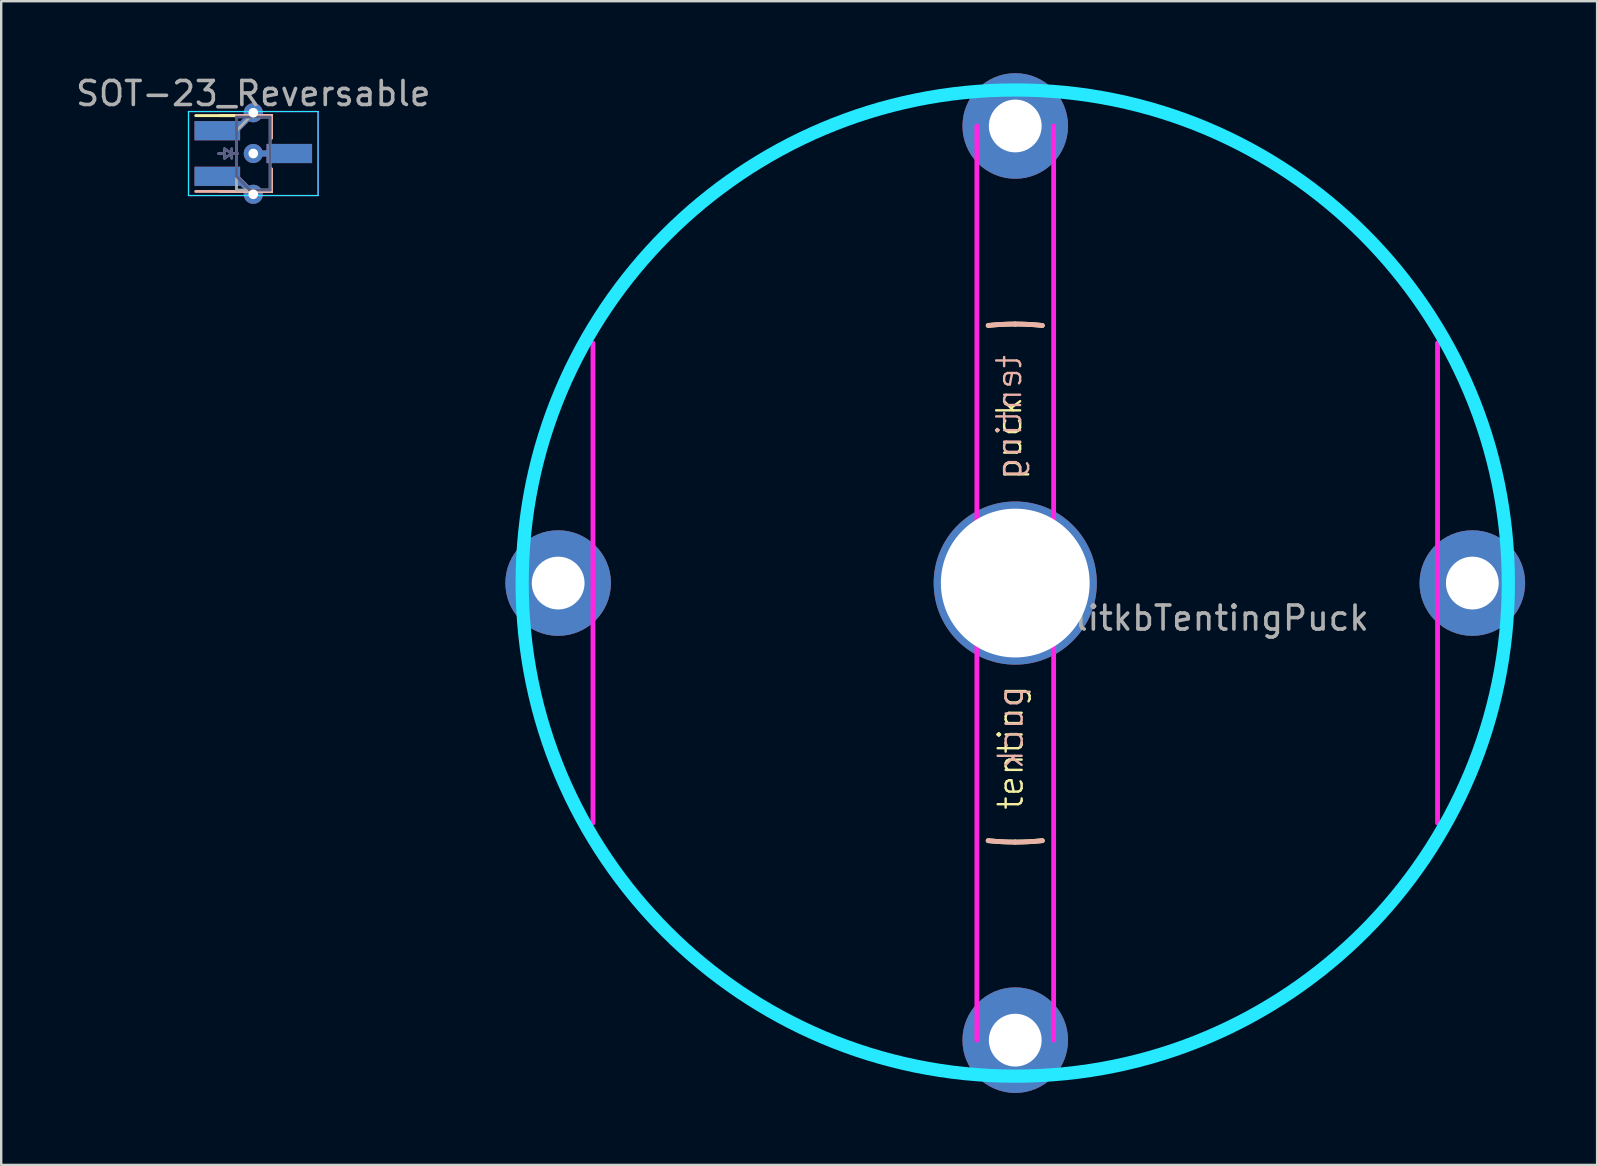
<source format=kicad_pcb>
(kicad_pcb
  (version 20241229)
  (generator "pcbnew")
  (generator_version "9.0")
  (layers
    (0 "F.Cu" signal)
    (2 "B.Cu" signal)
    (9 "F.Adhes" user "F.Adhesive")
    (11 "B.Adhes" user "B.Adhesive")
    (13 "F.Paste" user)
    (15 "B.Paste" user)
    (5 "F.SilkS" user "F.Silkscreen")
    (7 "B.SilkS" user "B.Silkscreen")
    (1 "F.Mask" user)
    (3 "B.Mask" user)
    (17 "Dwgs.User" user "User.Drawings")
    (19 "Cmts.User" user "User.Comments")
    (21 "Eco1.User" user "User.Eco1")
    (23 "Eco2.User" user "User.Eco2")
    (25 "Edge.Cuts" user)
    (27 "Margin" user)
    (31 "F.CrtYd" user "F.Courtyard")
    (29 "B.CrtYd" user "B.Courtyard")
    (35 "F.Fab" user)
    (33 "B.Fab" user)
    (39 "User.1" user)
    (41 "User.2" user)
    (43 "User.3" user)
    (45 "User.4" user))
  (footprint "SplitkbTentingPuck"
    (layer "F.Cu")
    (at 39.262 21.25)
    (property "Reference" "SplitkbTentingPuck" (at 7.684 1.46 0) (layer "F.Fab") (effects (font (size 1 1) (thickness 0.15))))
    (attr through_hole exclude_from_pos_files exclude_from_bom)
    (fp_arc (start -20.32 -2.8575) (mid -19.91151 -4.959786) (end -19.286134 -7.008048) (stroke (width 0.2) (type solid)) (layer "F.SilkS"))
    (fp_arc (start -19.286134 7.008047) (mid -19.91151 4.959786) (end -20.32 2.8575) (stroke (width 0.2) (type solid)) (layer "F.SilkS"))
    (fp_arc (start -7.008048 -19.286134) (mid -4.959786 -19.91151) (end -2.8575 -20.32) (stroke (width 0.2) (type solid)) (layer "F.SilkS"))
    (fp_arc (start -2.8575 20.32) (mid -4.959785 19.91151) (end -7.008046 19.286135) (stroke (width 0.2) (type solid)) (layer "F.SilkS"))
    (fp_arc (start -1.128385 -10.735864) (mid -0.564967 -10.780206) (end 0 -10.795) (stroke (width 0.2) (type solid)) (layer "F.SilkS"))
    (fp_arc (start 0 -10.795) (mid 0.564967 -10.780206) (end 1.128385 -10.735864) (stroke (width 0.2) (type solid)) (layer "F.SilkS"))
    (fp_arc (start 0 10.795) (mid -0.564967 10.780206) (end -1.128385 10.735864) (stroke (width 0.2) (type solid)) (layer "F.SilkS"))
    (fp_arc (start 1.128385 10.735864) (mid 0.564967 10.780206) (end 0 10.795) (stroke (width 0.2) (type solid)) (layer "F.SilkS"))
    (fp_arc (start 2.8575 -20.32) (mid 4.959786 -19.91151) (end 7.008047 -19.286134) (stroke (width 0.2) (type solid)) (layer "F.SilkS"))
    (fp_arc (start 7.008047 19.286134) (mid 4.959786 19.91151) (end 2.8575 20.32) (stroke (width 0.2) (type solid)) (layer "F.SilkS"))
    (fp_arc (start 19.286135 -7.008045) (mid 19.91151 -4.959785) (end 20.32 -2.8575) (stroke (width 0.2) (type solid)) (layer "F.SilkS"))
    (fp_arc (start 20.32 2.8575) (mid 19.91151 4.959785) (end 19.286135 7.008046) (stroke (width 0.2) (type solid)) (layer "F.SilkS"))
    (fp_arc (start -20.32 -2.8575) (mid -19.91151 -4.959784) (end -19.286136 -7.008044) (stroke (width 0.2) (type solid)) (layer "B.SilkS"))
    (fp_arc (start -19.286135 7.008046) (mid -19.91151 4.959785) (end -20.32 2.8575) (stroke (width 0.2) (type solid)) (layer "B.SilkS"))
    (fp_arc (start -7.008046 -19.286135) (mid -4.959785 -19.91151) (end -2.8575 -20.32) (stroke (width 0.2) (type solid)) (layer "B.SilkS"))
    (fp_arc (start -2.8575 20.32) (mid -4.959785 19.91151) (end -7.008045 19.286135) (stroke (width 0.2) (type solid)) (layer "B.SilkS"))
    (fp_arc (start -1.128385 -10.735864) (mid -0.564967 -10.780206) (end 0 -10.795) (stroke (width 0.2) (type solid)) (layer "B.SilkS"))
    (fp_arc (start 0 -10.795) (mid 0.564967 -10.780206) (end 1.128385 -10.735864) (stroke (width 0.2) (type solid)) (layer "B.SilkS"))
    (fp_arc (start 0 10.795) (mid -0.564967 10.780206) (end -1.128385 10.735864) (stroke (width 0.2) (type solid)) (layer "B.SilkS"))
    (fp_arc (start 1.128385 10.735864) (mid 0.564967 10.780206) (end 0 10.795) (stroke (width 0.2) (type solid)) (layer "B.SilkS"))
    (fp_arc (start 2.8575 -20.32) (mid 4.959787 -19.91151) (end 7.008049 -19.286134) (stroke (width 0.2) (type solid)) (layer "B.SilkS"))
    (fp_arc (start 7.008045 19.286135) (mid 4.959785 19.91151) (end 2.8575 20.32) (stroke (width 0.2) (type solid)) (layer "B.SilkS"))
    (fp_arc (start 19.286134 -7.008048) (mid 19.91151 -4.959786) (end 20.32 -2.8575) (stroke (width 0.2) (type solid)) (layer "B.SilkS"))
    (fp_arc (start 20.32 2.8575) (mid 19.91151 4.959786) (end 19.286134 7.008048) (stroke (width 0.2) (type solid)) (layer "B.SilkS"))
    (fp_circle (center 0 0) (end 20.55 0) (stroke (width 0.55) (type solid)) (fill no) (layer "B.CrtYd"))
    (fp_line (start -17.6 10) (end -17.6 -10) (stroke (width 0.2) (type solid)) (layer "F.CrtYd"))
    (fp_line (start -1.6 19.05) (end -1.6 -19.05) (stroke (width 0.2) (type solid)) (layer "F.CrtYd"))
    (fp_line (start 1.6 19.05) (end 1.6 -19.05) (stroke (width 0.2) (type solid)) (layer "F.CrtYd"))
    (fp_line (start 17.6 10) (end 17.6 -10) (stroke (width 0.2) (type solid)) (layer "F.CrtYd"))
    (fp_text user "tenting" (at -0.191 6.858 90) (layer "F.SilkS") (effects (font (size 1 1) (thickness 0.1))))
    (fp_text user "puck" (at -0.254 -6.032 90) (layer "F.SilkS") (effects (font (size 1 1) (thickness 0.1))))
    (fp_text user "puck" (at -0.191 6.032 90) (unlocked yes) (layer "B.SilkS") (effects (font (size 1 1) (thickness 0.1)) (justify mirror)))
    (fp_text user "tenting" (at -0.254 -6.921 90) (layer "B.SilkS") (effects (font (size 1 1) (thickness 0.1)) (justify mirror)))
    (pad "" thru_hole circle (at 0 0) (size 6.8 6.8) (drill 6.2) (layers "*.Cu" "*.Mask"))
    (pad "1" thru_hole circle (at -19.05 0) (size 4.4 4.4) (drill 2.2) (layers "*.Cu" "*.Mask"))
    (pad "1" thru_hole circle (at 0 -19.05) (size 4.4 4.4) (drill 2.2) (layers "*.Cu" "*.Mask"))
    (pad "1" thru_hole circle (at 0 19.05) (size 4.4 4.4) (drill 2.2) (layers "*.Cu" "*.Mask"))
    (pad "1" thru_hole circle (at 19.05 0) (size 4.4 4.4) (drill 2.2) (layers "*.Cu" "*.Mask")))
  (footprint "SOT-23_Reversable"
    (layer "F.Cu")
    (at 7.506 3.348)
    (property "Reference" "SOT-23_Reversable" (at 0 -2.5 0) (layer "F.Fab") (effects (font (size 1 1) (thickness 0.15))))
    (attr smd)
    (fp_line (start 0.76 -1.58) (end -2.4 -1.58) (stroke (width 0.12) (type solid)) (layer "F.SilkS"))
    (fp_line (start 0.76 -1.58) (end -1.4 -1.58) (stroke (width 0.12) (type solid)) (layer "F.SilkS"))
    (fp_line (start 0.76 -1.58) (end 0.76 -0.65) (stroke (width 0.12) (type solid)) (layer "F.SilkS"))
    (fp_line (start 0.76 -1.58) (end 0.76 -0.65) (stroke (width 0.12) (type solid)) (layer "F.SilkS"))
    (fp_line (start 0.76 1.58) (end -0.7 1.58) (stroke (width 0.12) (type solid)) (layer "F.SilkS"))
    (fp_line (start 0.76 1.58) (end -0.7 1.58) (stroke (width 0.12) (type solid)) (layer "F.SilkS"))
    (fp_line (start 0.76 1.58) (end 0.76 0.65) (stroke (width 0.12) (type solid)) (layer "F.SilkS"))
    (fp_line (start 0.76 1.58) (end 0.76 0.65) (stroke (width 0.12) (type solid)) (layer "F.SilkS"))
    (fp_line (start 0.76 -1.58) (end -0.7 -1.58) (stroke (width 0.12) (type solid)) (layer "B.SilkS"))
    (fp_line (start 0.76 -1.58) (end -0.7 -1.58) (stroke (width 0.12) (type solid)) (layer "B.SilkS"))
    (fp_line (start 0.76 -1.58) (end 0.76 -0.65) (stroke (width 0.12) (type solid)) (layer "B.SilkS"))
    (fp_line (start 0.76 -1.58) (end 0.76 -0.65) (stroke (width 0.12) (type solid)) (layer "B.SilkS"))
    (fp_line (start 0.76 1.58) (end -2.4 1.58) (stroke (width 0.12) (type solid)) (layer "B.SilkS"))
    (fp_line (start 0.76 1.58) (end -1.4 1.58) (stroke (width 0.12) (type solid)) (layer "B.SilkS"))
    (fp_line (start 0.76 1.58) (end 0.76 0.65) (stroke (width 0.12) (type solid)) (layer "B.SilkS"))
    (fp_line (start 0.76 1.58) (end 0.76 0.65) (stroke (width 0.12) (type solid)) (layer "B.SilkS"))
    (fp_line (start -2.7 -1.75) (end -2.7 1.75) (stroke (width 0.05) (type solid)) (layer "B.CrtYd"))
    (fp_line (start -2.7 1.75) (end 2.7 1.75) (stroke (width 0.05) (type solid)) (layer "B.CrtYd"))
    (fp_line (start 2.7 -1.75) (end -2.7 -1.75) (stroke (width 0.05) (type solid)) (layer "B.CrtYd"))
    (fp_line (start 2.7 1.75) (end 2.7 -1.75) (stroke (width 0.05) (type solid)) (layer "B.CrtYd"))
    (fp_line (start -2.7 -1.75) (end 2.7 -1.75) (stroke (width 0.05) (type solid)) (layer "F.CrtYd"))
    (fp_line (start -2.7 1.75) (end -2.7 -1.75) (stroke (width 0.05) (type solid)) (layer "F.CrtYd"))
    (fp_line (start 2.7 -1.75) (end 2.7 1.75) (stroke (width 0.05) (type solid)) (layer "F.CrtYd"))
    (fp_line (start 2.7 1.75) (end -2.7 1.75) (stroke (width 0.05) (type solid)) (layer "F.CrtYd"))
    (fp_line (start -1.2 -0.2) (end -0.9 0) (stroke (width 0.1) (type solid)) (layer "B.Fab"))
    (fp_line (start -1.2 0) (end -1.45 0) (stroke (width 0.1) (type solid)) (layer "B.Fab"))
    (fp_line (start -1.2 0.2) (end -1.2 -0.2) (stroke (width 0.1) (type solid)) (layer "B.Fab"))
    (fp_line (start -0.9 0) (end -1.2 0.2) (stroke (width 0.1) (type solid)) (layer "B.Fab"))
    (fp_line (start -0.9 0) (end -0.65 0) (stroke (width 0.1) (type solid)) (layer "B.Fab"))
    (fp_line (start -0.9 0.2) (end -0.9 -0.2) (stroke (width 0.1) (type solid)) (layer "B.Fab"))
    (fp_line (start -0.7 -1.52) (end 0.7 -1.52) (stroke (width 0.1) (type solid)) (layer "B.Fab"))
    (fp_line (start -0.7 -1.52) (end 0.7 -1.52) (stroke (width 0.1) (type solid)) (layer "B.Fab"))
    (fp_line (start -0.7 0.95) (end -0.7 -1.5) (stroke (width 0.1) (type solid)) (layer "B.Fab"))
    (fp_line (start -0.7 0.95) (end -0.7 -1.5) (stroke (width 0.1) (type solid)) (layer "B.Fab"))
    (fp_line (start -0.7 0.95) (end -0.15 1.52) (stroke (width 0.1) (type solid)) (layer "B.Fab"))
    (fp_line (start -0.7 0.95) (end -0.15 1.52) (stroke (width 0.1) (type solid)) (layer "B.Fab"))
    (fp_line (start -0.15 1.52) (end 0.7 1.52) (stroke (width 0.1) (type solid)) (layer "B.Fab"))
    (fp_line (start -0.15 1.52) (end 0.7 1.52) (stroke (width 0.1) (type solid)) (layer "B.Fab"))
    (fp_line (start 0.7 1.52) (end 0.7 -1.52) (stroke (width 0.1) (type solid)) (layer "B.Fab"))
    (fp_line (start 0.7 1.52) (end 0.7 -1.52) (stroke (width 0.1) (type solid)) (layer "B.Fab"))
    (fp_line (start -1.2 -0.2) (end -1.2 0.2) (stroke (width 0.1) (type solid)) (layer "F.Fab"))
    (fp_line (start -1.2 0) (end -1.45 0) (stroke (width 0.1) (type solid)) (layer "F.Fab"))
    (fp_line (start -1.2 0.2) (end -0.9 0) (stroke (width 0.1) (type solid)) (layer "F.Fab"))
    (fp_line (start -0.9 -0.2) (end -0.9 0.2) (stroke (width 0.1) (type solid)) (layer "F.Fab"))
    (fp_line (start -0.9 0) (end -1.2 -0.2) (stroke (width 0.1) (type solid)) (layer "F.Fab"))
    (fp_line (start -0.9 0) (end -0.65 0) (stroke (width 0.1) (type solid)) (layer "F.Fab"))
    (fp_line (start -0.7 -0.95) (end -0.7 1.5) (stroke (width 0.1) (type solid)) (layer "F.Fab"))
    (fp_line (start -0.7 -0.95) (end -0.7 1.5) (stroke (width 0.1) (type solid)) (layer "F.Fab"))
    (fp_line (start -0.7 -0.95) (end -0.15 -1.52) (stroke (width 0.1) (type solid)) (layer "F.Fab"))
    (fp_line (start -0.7 -0.95) (end -0.15 -1.52) (stroke (width 0.1) (type solid)) (layer "F.Fab"))
    (fp_line (start -0.7 1.52) (end 0.7 1.52) (stroke (width 0.1) (type solid)) (layer "F.Fab"))
    (fp_line (start -0.7 1.52) (end 0.7 1.52) (stroke (width 0.1) (type solid)) (layer "F.Fab"))
    (fp_line (start -0.15 -1.52) (end 0.7 -1.52) (stroke (width 0.1) (type solid)) (layer "F.Fab"))
    (fp_line (start -0.15 -1.52) (end 0.7 -1.52) (stroke (width 0.1) (type solid)) (layer "F.Fab"))
    (fp_line (start 0.7 -1.52) (end 0.7 1.52) (stroke (width 0.1) (type solid)) (layer "F.Fab"))
    (fp_line (start 0.7 -1.52) (end 0.7 1.52) (stroke (width 0.1) (type solid)) (layer "F.Fab"))
    (pad "1" smd rect (at -1.5 -0.95) (size 1.9 0.8) (layers "F.Cu" "F.Mask" "F.Paste"))
    (pad "1" smd rect (at -1.5 -0.95 180) (size 1.9 0.8) (layers "B.Cu" "B.Mask" "B.Paste"))
    (pad "1" thru_hole custom (at 0 -1.7 270) (size 0.8 0.8) (drill 0.4) (layers "*.Cu") (options (anchor circle)) (primitives (gr_line (start 0.75 0.75) (end 0 0) (width 0.254))))
    (pad "2" smd rect (at -1.5 0.95) (size 1.9 0.8) (layers "F.Cu" "F.Mask" "F.Paste"))
    (pad "2" smd rect (at -1.5 0.95 180) (size 1.9 0.8) (layers "B.Cu" "B.Mask" "B.Paste"))
    (pad "2" thru_hole custom (at 0 1.7 90) (size 0.8 0.8) (drill 0.4) (layers "*.Cu") (options (anchor circle)) (primitives (gr_line (start 0.75 -0.75) (end 0 0) (width 0.254))))
    (pad "3" thru_hole custom (at 0 0 180) (size 0.8 0.8) (drill 0.4) (layers "*.Cu") (options (anchor circle)) (primitives (gr_line (start 0 0) (end -1.15 0) (width 0.254))))
    (pad "3" smd rect (at 1.5 0) (size 1.9 0.8) (layers "F.Cu" "F.Mask" "F.Paste"))
    (pad "3" smd rect (at 1.5 0 180) (size 1.9 0.8) (layers "B.Cu" "B.Mask" "B.Paste")))
  (gr_rect
    (start -3 -3)
    (end 63.512 45.5)
    (stroke (width 0.1) (type default))
    (fill no)
    (layer "Edge.Cuts")))
</source>
